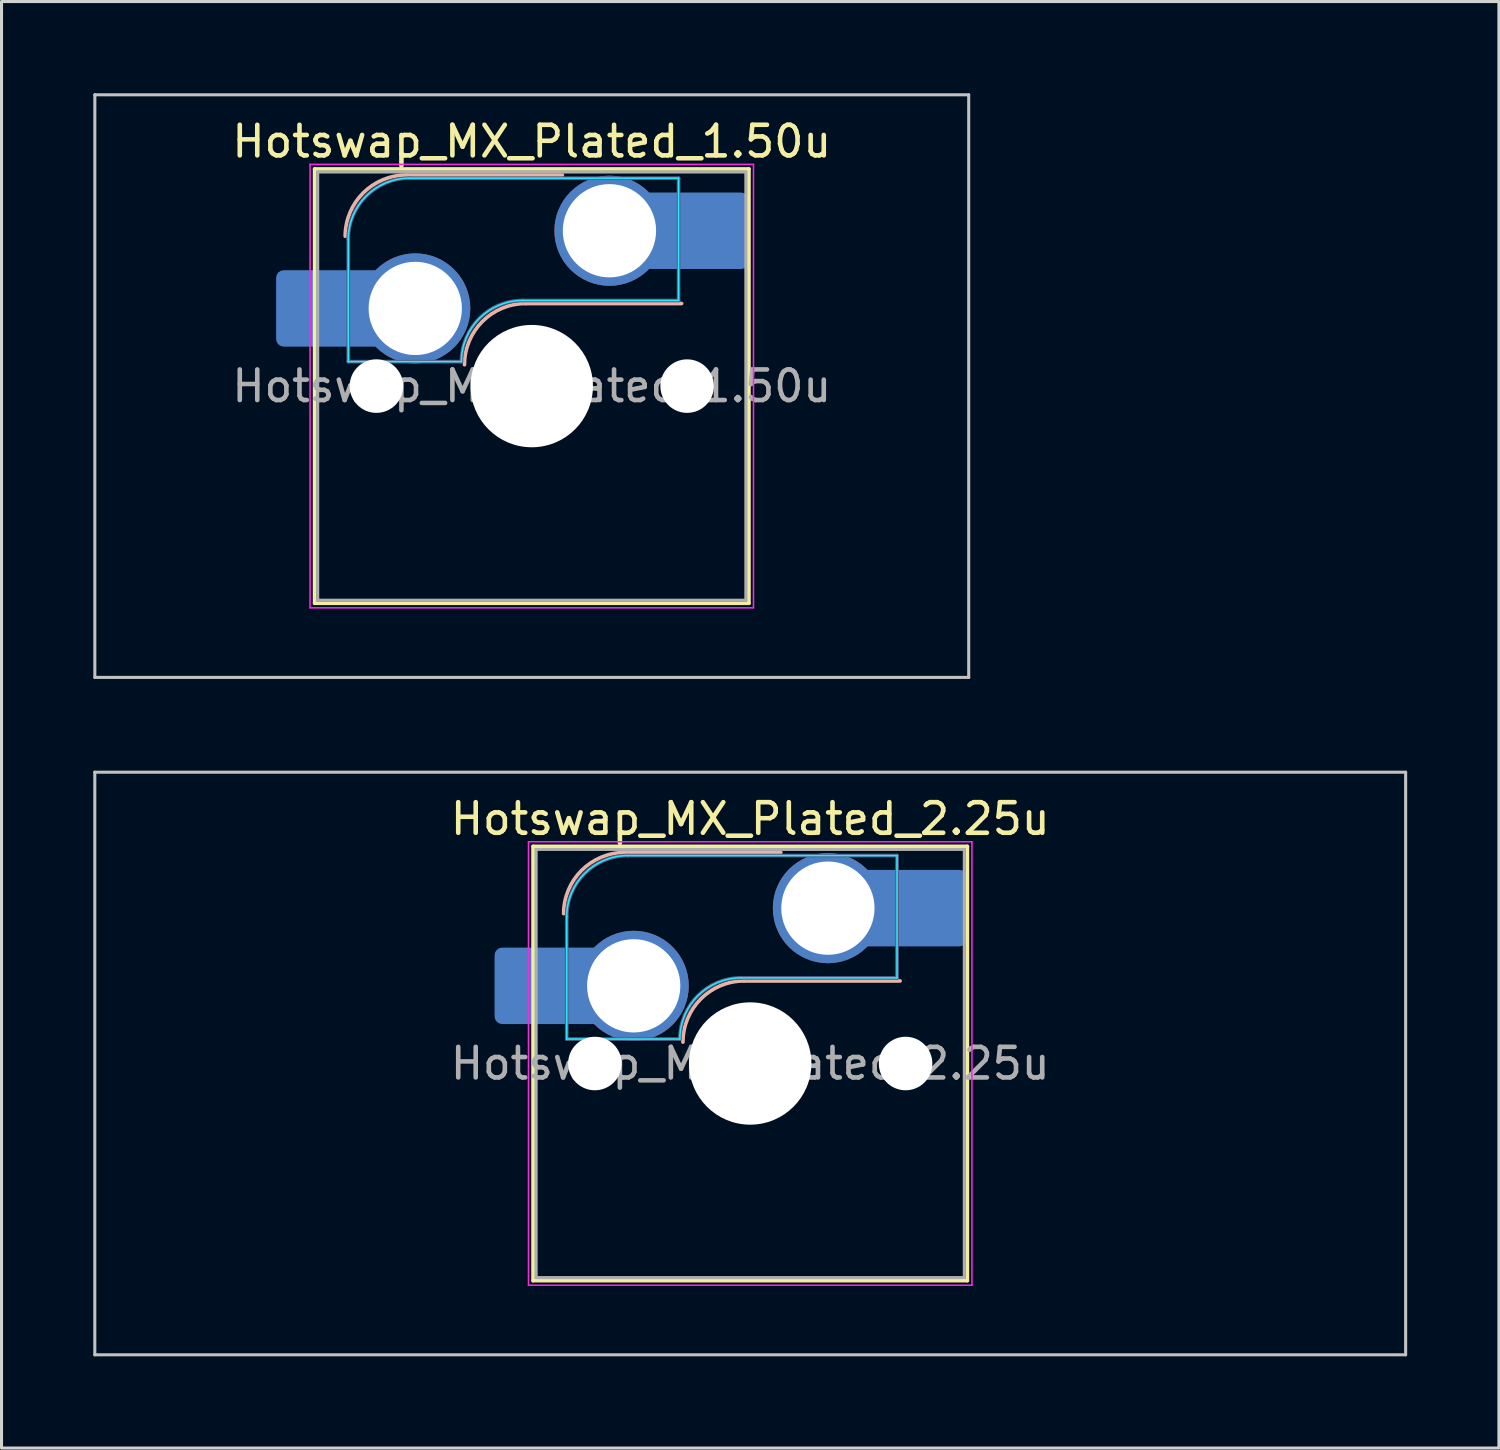
<source format=kicad_pcb>
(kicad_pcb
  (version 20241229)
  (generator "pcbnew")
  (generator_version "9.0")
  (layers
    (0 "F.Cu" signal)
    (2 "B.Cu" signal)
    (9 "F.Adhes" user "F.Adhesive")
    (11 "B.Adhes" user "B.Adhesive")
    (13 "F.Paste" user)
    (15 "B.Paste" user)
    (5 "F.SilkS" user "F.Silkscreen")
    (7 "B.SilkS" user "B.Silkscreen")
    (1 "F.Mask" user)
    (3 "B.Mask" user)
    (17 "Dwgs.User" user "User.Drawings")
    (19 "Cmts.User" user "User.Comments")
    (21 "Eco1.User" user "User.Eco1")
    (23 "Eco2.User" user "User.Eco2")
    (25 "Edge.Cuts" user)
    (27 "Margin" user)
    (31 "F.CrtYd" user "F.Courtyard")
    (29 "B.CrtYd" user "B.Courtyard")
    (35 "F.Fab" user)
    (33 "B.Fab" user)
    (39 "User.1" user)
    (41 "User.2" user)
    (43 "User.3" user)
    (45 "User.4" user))
  (footprint "Hotswap_MX_Plated_2.25u"
    (layer "F.Cu")
    (at 21.481 31.725)
    (property "Reference" "Hotswap_MX_Plated_2.25u" (at 0 -8 0) (layer "F.SilkS") (effects (font (size 1 1) (thickness 0.15))))
    (attr smd allow_soldermask_bridges)
    (fp_line (start -7.1 -7.1) (end -7.1 7.1) (stroke (width 0.12) (type solid)) (layer "F.SilkS"))
    (fp_line (start -7.1 7.1) (end 7.1 7.1) (stroke (width 0.12) (type solid)) (layer "F.SilkS"))
    (fp_line (start 7.1 -7.1) (end -7.1 -7.1) (stroke (width 0.12) (type solid)) (layer "F.SilkS"))
    (fp_line (start 7.1 7.1) (end 7.1 -7.1) (stroke (width 0.12) (type solid)) (layer "F.SilkS"))
    (fp_line (start -4.1 -6.9) (end 1 -6.9) (stroke (width 0.12) (type solid)) (layer "B.SilkS"))
    (fp_line (start -0.2 -2.7) (end 4.9 -2.7) (stroke (width 0.12) (type solid)) (layer "B.SilkS"))
    (fp_arc (start -6.1 -4.9) (mid -5.514214 -6.314214) (end -4.1 -6.9) (stroke (width 0.12) (type solid)) (layer "B.SilkS"))
    (fp_arc (start -2.2 -0.7) (mid -1.614214 -2.114214) (end -0.2 -2.7) (stroke (width 0.12) (type solid)) (layer "B.SilkS"))
    (fp_line (start -21.431 -9.525) (end -21.431 9.525) (stroke (width 0.1) (type solid)) (layer "Dwgs.User"))
    (fp_line (start -21.431 9.525) (end 21.431 9.525) (stroke (width 0.1) (type solid)) (layer "Dwgs.User"))
    (fp_line (start 21.431 -9.525) (end -21.431 -9.525) (stroke (width 0.1) (type solid)) (layer "Dwgs.User"))
    (fp_line (start 21.431 9.525) (end 21.431 -9.525) (stroke (width 0.1) (type solid)) (layer "Dwgs.User"))
    (fp_line (start -7.8 -6) (end -7 -6) (stroke (width 0.1) (type solid)) (layer "Eco1.User"))
    (fp_line (start -7.8 -2.9) (end -7.8 -6) (stroke (width 0.1) (type solid)) (layer "Eco1.User"))
    (fp_line (start -7.8 2.9) (end -7 2.9) (stroke (width 0.1) (type solid)) (layer "Eco1.User"))
    (fp_line (start -7.8 6) (end -7.8 2.9) (stroke (width 0.1) (type solid)) (layer "Eco1.User"))
    (fp_line (start -7 -7) (end 7 -7) (stroke (width 0.1) (type solid)) (layer "Eco1.User"))
    (fp_line (start -7 -6) (end -7 -7) (stroke (width 0.1) (type solid)) (layer "Eco1.User"))
    (fp_line (start -7 -2.9) (end -7.8 -2.9) (stroke (width 0.1) (type solid)) (layer "Eco1.User"))
    (fp_line (start -7 2.9) (end -7 -2.9) (stroke (width 0.1) (type solid)) (layer "Eco1.User"))
    (fp_line (start -7 6) (end -7.8 6) (stroke (width 0.1) (type solid)) (layer "Eco1.User"))
    (fp_line (start -7 7) (end -7 6) (stroke (width 0.1) (type solid)) (layer "Eco1.User"))
    (fp_line (start 7 -7) (end 7 -6) (stroke (width 0.1) (type solid)) (layer "Eco1.User"))
    (fp_line (start 7 -6) (end 7.8 -6) (stroke (width 0.1) (type solid)) (layer "Eco1.User"))
    (fp_line (start 7 -2.9) (end 7 2.9) (stroke (width 0.1) (type solid)) (layer "Eco1.User"))
    (fp_line (start 7 2.9) (end 7.8 2.9) (stroke (width 0.1) (type solid)) (layer "Eco1.User"))
    (fp_line (start 7 6) (end 7 7) (stroke (width 0.1) (type solid)) (layer "Eco1.User"))
    (fp_line (start 7 7) (end -7 7) (stroke (width 0.1) (type solid)) (layer "Eco1.User"))
    (fp_line (start 7.8 -6) (end 7.8 -2.9) (stroke (width 0.1) (type solid)) (layer "Eco1.User"))
    (fp_line (start 7.8 -2.9) (end 7 -2.9) (stroke (width 0.1) (type solid)) (layer "Eco1.User"))
    (fp_line (start 7.8 2.9) (end 7.8 6) (stroke (width 0.1) (type solid)) (layer "Eco1.User"))
    (fp_line (start 7.8 6) (end 7 6) (stroke (width 0.1) (type solid)) (layer "Eco1.User"))
    (fp_line (start -6 -0.8) (end -6 -4.8) (stroke (width 0.05) (type solid)) (layer "B.CrtYd"))
    (fp_line (start -6 -0.8) (end -2.3 -0.8) (stroke (width 0.05) (type solid)) (layer "B.CrtYd"))
    (fp_line (start -4 -6.8) (end 4.8 -6.8) (stroke (width 0.05) (type solid)) (layer "B.CrtYd"))
    (fp_line (start -0.3 -2.8) (end 4.8 -2.8) (stroke (width 0.05) (type solid)) (layer "B.CrtYd"))
    (fp_line (start 4.8 -6.8) (end 4.8 -2.8) (stroke (width 0.05) (type solid)) (layer "B.CrtYd"))
    (fp_arc (start -6 -4.8) (mid -5.414214 -6.214214) (end -4 -6.8) (stroke (width 0.05) (type solid)) (layer "B.CrtYd"))
    (fp_arc (start -2.3 -0.8) (mid -1.714214 -2.214214) (end -0.3 -2.8) (stroke (width 0.05) (type solid)) (layer "B.CrtYd"))
    (fp_line (start -7.25 -7.25) (end -7.25 7.25) (stroke (width 0.05) (type solid)) (layer "F.CrtYd"))
    (fp_line (start -7.25 7.25) (end 7.25 7.25) (stroke (width 0.05) (type solid)) (layer "F.CrtYd"))
    (fp_line (start 7.25 -7.25) (end -7.25 -7.25) (stroke (width 0.05) (type solid)) (layer "F.CrtYd"))
    (fp_line (start 7.25 7.25) (end 7.25 -7.25) (stroke (width 0.05) (type solid)) (layer "F.CrtYd"))
    (fp_line (start -6 -0.8) (end -6 -4.8) (stroke (width 0.12) (type solid)) (layer "B.Fab"))
    (fp_line (start -6 -0.8) (end -2.3 -0.8) (stroke (width 0.12) (type solid)) (layer "B.Fab"))
    (fp_line (start -4 -6.8) (end 4.8 -6.8) (stroke (width 0.12) (type solid)) (layer "B.Fab"))
    (fp_line (start -0.3 -2.8) (end 4.8 -2.8) (stroke (width 0.12) (type solid)) (layer "B.Fab"))
    (fp_line (start 4.8 -6.8) (end 4.8 -2.8) (stroke (width 0.12) (type solid)) (layer "B.Fab"))
    (fp_arc (start -6 -4.8) (mid -5.414214 -6.214214) (end -4 -6.8) (stroke (width 0.12) (type solid)) (layer "B.Fab"))
    (fp_arc (start -2.3 -0.8) (mid -1.714214 -2.214214) (end -0.3 -2.8) (stroke (width 0.12) (type solid)) (layer "B.Fab"))
    (fp_line (start -7 -7) (end -7 7) (stroke (width 0.1) (type solid)) (layer "F.Fab"))
    (fp_line (start -7 7) (end 7 7) (stroke (width 0.1) (type solid)) (layer "F.Fab"))
    (fp_line (start 7 -7) (end -7 -7) (stroke (width 0.1) (type solid)) (layer "F.Fab"))
    (fp_line (start 7 7) (end 7 -7) (stroke (width 0.1) (type solid)) (layer "F.Fab"))
    (fp_text user "${REFERENCE}" (at 0 0 0) (layer "F.Fab") (effects (font (size 1 1) (thickness 0.15))))
    (pad "" smd roundrect (at -7.085 -2.54) (size 2.55 2.5) (layers "B.Mask" "B.Paste") (roundrect_rratio 0.1))
    (pad "" np_thru_hole circle (at -5.08 0) (size 1.75 1.75) (drill 1.75) (layers "*.Cu" "*.Mask"))
    (pad "" np_thru_hole circle (at 0 0) (size 4 4) (drill 4) (layers "*.Cu" "*.Mask"))
    (pad "" np_thru_hole circle (at 5.08 0) (size 1.75 1.75) (drill 1.75) (layers "*.Cu" "*.Mask"))
    (pad "" smd roundrect (at 5.842 -5.08) (size 2.55 2.5) (layers "B.Mask" "B.Paste") (roundrect_rratio 0.1))
    (pad "1" smd roundrect (at -6.585 -2.54) (size 3.55 2.5) (layers "B.Cu") (roundrect_rratio 0.1))
    (pad "1" thru_hole circle (at -3.81 -2.54) (size 3.6 3.6) (drill 3.05) (layers "*.Cu" "*.Mask"))
    (pad "2" thru_hole circle (at 2.54 -5.08) (size 3.6 3.6) (drill 3.05) (layers "*.Cu" "*.Mask"))
    (pad "2" smd roundrect (at 5.32 -5.08) (size 3.55 2.5) (layers "B.Cu") (roundrect_rratio 0.1)))
  (footprint "Hotswap_MX_Plated_1.50u"
    (layer "F.Cu")
    (at 14.338 9.575)
    (property "Reference" "Hotswap_MX_Plated_1.50u" (at 0 -8 0) (layer "F.SilkS") (effects (font (size 1 1) (thickness 0.15))))
    (attr smd allow_soldermask_bridges)
    (fp_line (start -7.1 -7.1) (end -7.1 7.1) (stroke (width 0.12) (type solid)) (layer "F.SilkS"))
    (fp_line (start -7.1 7.1) (end 7.1 7.1) (stroke (width 0.12) (type solid)) (layer "F.SilkS"))
    (fp_line (start 7.1 -7.1) (end -7.1 -7.1) (stroke (width 0.12) (type solid)) (layer "F.SilkS"))
    (fp_line (start 7.1 7.1) (end 7.1 -7.1) (stroke (width 0.12) (type solid)) (layer "F.SilkS"))
    (fp_line (start -4.1 -6.9) (end 1 -6.9) (stroke (width 0.12) (type solid)) (layer "B.SilkS"))
    (fp_line (start -0.2 -2.7) (end 4.9 -2.7) (stroke (width 0.12) (type solid)) (layer "B.SilkS"))
    (fp_arc (start -6.1 -4.9) (mid -5.514214 -6.314214) (end -4.1 -6.9) (stroke (width 0.12) (type solid)) (layer "B.SilkS"))
    (fp_arc (start -2.2 -0.7) (mid -1.614214 -2.114214) (end -0.2 -2.7) (stroke (width 0.12) (type solid)) (layer "B.SilkS"))
    (fp_line (start -14.287 -9.525) (end -14.287 9.525) (stroke (width 0.1) (type solid)) (layer "Dwgs.User"))
    (fp_line (start -14.287 9.525) (end 14.287 9.525) (stroke (width 0.1) (type solid)) (layer "Dwgs.User"))
    (fp_line (start 14.287 -9.525) (end -14.287 -9.525) (stroke (width 0.1) (type solid)) (layer "Dwgs.User"))
    (fp_line (start 14.287 9.525) (end 14.287 -9.525) (stroke (width 0.1) (type solid)) (layer "Dwgs.User"))
    (fp_line (start -7.8 -6) (end -7 -6) (stroke (width 0.1) (type solid)) (layer "Eco1.User"))
    (fp_line (start -7.8 -2.9) (end -7.8 -6) (stroke (width 0.1) (type solid)) (layer "Eco1.User"))
    (fp_line (start -7.8 2.9) (end -7 2.9) (stroke (width 0.1) (type solid)) (layer "Eco1.User"))
    (fp_line (start -7.8 6) (end -7.8 2.9) (stroke (width 0.1) (type solid)) (layer "Eco1.User"))
    (fp_line (start -7 -7) (end 7 -7) (stroke (width 0.1) (type solid)) (layer "Eco1.User"))
    (fp_line (start -7 -6) (end -7 -7) (stroke (width 0.1) (type solid)) (layer "Eco1.User"))
    (fp_line (start -7 -2.9) (end -7.8 -2.9) (stroke (width 0.1) (type solid)) (layer "Eco1.User"))
    (fp_line (start -7 2.9) (end -7 -2.9) (stroke (width 0.1) (type solid)) (layer "Eco1.User"))
    (fp_line (start -7 6) (end -7.8 6) (stroke (width 0.1) (type solid)) (layer "Eco1.User"))
    (fp_line (start -7 7) (end -7 6) (stroke (width 0.1) (type solid)) (layer "Eco1.User"))
    (fp_line (start 7 -7) (end 7 -6) (stroke (width 0.1) (type solid)) (layer "Eco1.User"))
    (fp_line (start 7 -6) (end 7.8 -6) (stroke (width 0.1) (type solid)) (layer "Eco1.User"))
    (fp_line (start 7 -2.9) (end 7 2.9) (stroke (width 0.1) (type solid)) (layer "Eco1.User"))
    (fp_line (start 7 2.9) (end 7.8 2.9) (stroke (width 0.1) (type solid)) (layer "Eco1.User"))
    (fp_line (start 7 6) (end 7 7) (stroke (width 0.1) (type solid)) (layer "Eco1.User"))
    (fp_line (start 7 7) (end -7 7) (stroke (width 0.1) (type solid)) (layer "Eco1.User"))
    (fp_line (start 7.8 -6) (end 7.8 -2.9) (stroke (width 0.1) (type solid)) (layer "Eco1.User"))
    (fp_line (start 7.8 -2.9) (end 7 -2.9) (stroke (width 0.1) (type solid)) (layer "Eco1.User"))
    (fp_line (start 7.8 2.9) (end 7.8 6) (stroke (width 0.1) (type solid)) (layer "Eco1.User"))
    (fp_line (start 7.8 6) (end 7 6) (stroke (width 0.1) (type solid)) (layer "Eco1.User"))
    (fp_line (start -6 -0.8) (end -6 -4.8) (stroke (width 0.05) (type solid)) (layer "B.CrtYd"))
    (fp_line (start -6 -0.8) (end -2.3 -0.8) (stroke (width 0.05) (type solid)) (layer "B.CrtYd"))
    (fp_line (start -4 -6.8) (end 4.8 -6.8) (stroke (width 0.05) (type solid)) (layer "B.CrtYd"))
    (fp_line (start -0.3 -2.8) (end 4.8 -2.8) (stroke (width 0.05) (type solid)) (layer "B.CrtYd"))
    (fp_line (start 4.8 -6.8) (end 4.8 -2.8) (stroke (width 0.05) (type solid)) (layer "B.CrtYd"))
    (fp_arc (start -6 -4.8) (mid -5.414214 -6.214214) (end -4 -6.8) (stroke (width 0.05) (type solid)) (layer "B.CrtYd"))
    (fp_arc (start -2.3 -0.8) (mid -1.714214 -2.214214) (end -0.3 -2.8) (stroke (width 0.05) (type solid)) (layer "B.CrtYd"))
    (fp_line (start -7.25 -7.25) (end -7.25 7.25) (stroke (width 0.05) (type solid)) (layer "F.CrtYd"))
    (fp_line (start -7.25 7.25) (end 7.25 7.25) (stroke (width 0.05) (type solid)) (layer "F.CrtYd"))
    (fp_line (start 7.25 -7.25) (end -7.25 -7.25) (stroke (width 0.05) (type solid)) (layer "F.CrtYd"))
    (fp_line (start 7.25 7.25) (end 7.25 -7.25) (stroke (width 0.05) (type solid)) (layer "F.CrtYd"))
    (fp_line (start -6 -0.8) (end -6 -4.8) (stroke (width 0.12) (type solid)) (layer "B.Fab"))
    (fp_line (start -6 -0.8) (end -2.3 -0.8) (stroke (width 0.12) (type solid)) (layer "B.Fab"))
    (fp_line (start -4 -6.8) (end 4.8 -6.8) (stroke (width 0.12) (type solid)) (layer "B.Fab"))
    (fp_line (start -0.3 -2.8) (end 4.8 -2.8) (stroke (width 0.12) (type solid)) (layer "B.Fab"))
    (fp_line (start 4.8 -6.8) (end 4.8 -2.8) (stroke (width 0.12) (type solid)) (layer "B.Fab"))
    (fp_arc (start -6 -4.8) (mid -5.414214 -6.214214) (end -4 -6.8) (stroke (width 0.12) (type solid)) (layer "B.Fab"))
    (fp_arc (start -2.3 -0.8) (mid -1.714214 -2.214214) (end -0.3 -2.8) (stroke (width 0.12) (type solid)) (layer "B.Fab"))
    (fp_line (start -7 -7) (end -7 7) (stroke (width 0.1) (type solid)) (layer "F.Fab"))
    (fp_line (start -7 7) (end 7 7) (stroke (width 0.1) (type solid)) (layer "F.Fab"))
    (fp_line (start 7 -7) (end -7 -7) (stroke (width 0.1) (type solid)) (layer "F.Fab"))
    (fp_line (start 7 7) (end 7 -7) (stroke (width 0.1) (type solid)) (layer "F.Fab"))
    (fp_text user "${REFERENCE}" (at 0 0 0) (layer "F.Fab") (effects (font (size 1 1) (thickness 0.15))))
    (pad "" smd roundrect (at -7.085 -2.54) (size 2.55 2.5) (layers "B.Mask" "B.Paste") (roundrect_rratio 0.1))
    (pad "" np_thru_hole circle (at -5.08 0) (size 1.75 1.75) (drill 1.75) (layers "*.Cu" "*.Mask"))
    (pad "" np_thru_hole circle (at 0 0) (size 4 4) (drill 4) (layers "*.Cu" "*.Mask"))
    (pad "" np_thru_hole circle (at 5.08 0) (size 1.75 1.75) (drill 1.75) (layers "*.Cu" "*.Mask"))
    (pad "" smd roundrect (at 5.842 -5.08) (size 2.55 2.5) (layers "B.Mask" "B.Paste") (roundrect_rratio 0.1))
    (pad "1" smd roundrect (at -6.585 -2.54) (size 3.55 2.5) (layers "B.Cu") (roundrect_rratio 0.1))
    (pad "1" thru_hole circle (at -3.81 -2.54) (size 3.6 3.6) (drill 3.05) (layers "*.Cu" "*.Mask"))
    (pad "2" thru_hole circle (at 2.54 -5.08) (size 3.6 3.6) (drill 3.05) (layers "*.Cu" "*.Mask"))
    (pad "2" smd roundrect (at 5.32 -5.08) (size 3.55 2.5) (layers "B.Cu") (roundrect_rratio 0.1)))
  (gr_rect
    (start -3 -3)
    (end 45.962 44.3)
    (stroke (width 0.1) (type default))
    (fill no)
    (layer "Edge.Cuts")))
</source>
